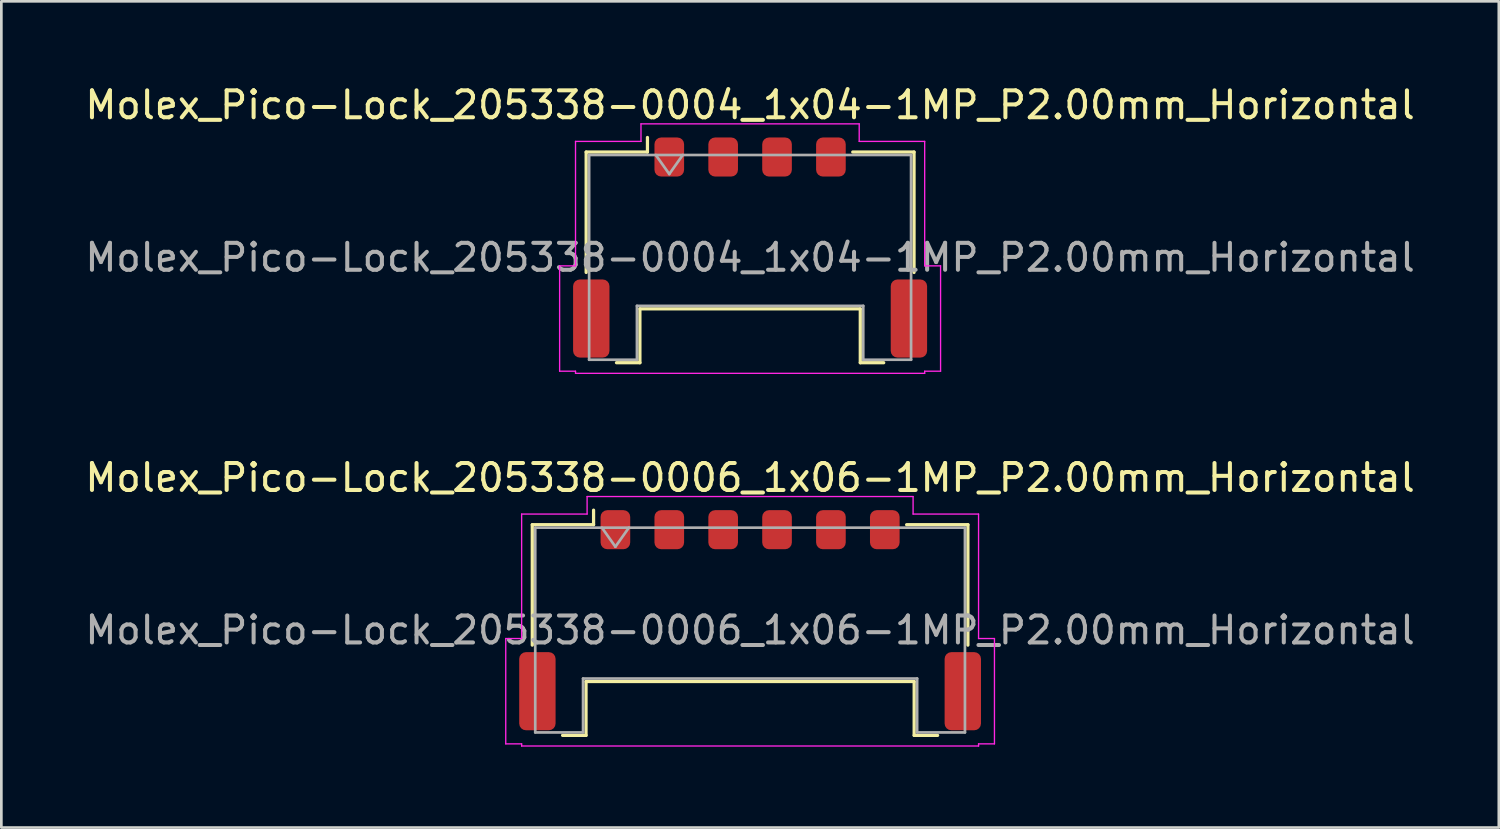
<source format=kicad_pcb>
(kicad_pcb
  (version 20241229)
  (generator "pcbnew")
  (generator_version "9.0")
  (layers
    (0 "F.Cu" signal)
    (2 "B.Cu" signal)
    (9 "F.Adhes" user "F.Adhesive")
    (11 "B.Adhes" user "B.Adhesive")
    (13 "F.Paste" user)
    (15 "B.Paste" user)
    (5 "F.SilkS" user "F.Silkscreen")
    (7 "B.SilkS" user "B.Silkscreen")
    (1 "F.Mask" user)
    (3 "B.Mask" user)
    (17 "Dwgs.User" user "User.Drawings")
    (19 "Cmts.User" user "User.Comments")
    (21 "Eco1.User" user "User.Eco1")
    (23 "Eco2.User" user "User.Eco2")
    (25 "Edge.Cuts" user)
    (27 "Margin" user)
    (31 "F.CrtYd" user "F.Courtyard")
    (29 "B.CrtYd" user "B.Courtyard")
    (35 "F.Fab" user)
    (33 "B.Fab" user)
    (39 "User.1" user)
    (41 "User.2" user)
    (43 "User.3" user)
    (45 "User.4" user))
  (footprint "Molex_Pico-Lock_205338-0006_1x06-1MP_P2.00mm_Horizontal"
    (layer "F.Cu")
    (at 24.792 19.971)
    (property "Reference" "Molex_Pico-Lock_205338-0006_1x06-1MP_P2.00mm_Horizontal" (at 0 -5.29 0) (layer "F.SilkS") (effects (font (size 1 1) (thickness 0.15))))
    (attr smd)
    (fp_line (start -8.085 -3.545) (end -5.81 -3.545) (stroke (width 0.12) (type solid)) (layer "F.SilkS"))
    (fp_line (start -8.085 0.925) (end -8.085 -3.545) (stroke (width 0.12) (type solid)) (layer "F.SilkS"))
    (fp_line (start -6.96 4.275) (end -6.09 4.275) (stroke (width 0.12) (type solid)) (layer "F.SilkS"))
    (fp_line (start -6.09 2.275) (end 6.09 2.275) (stroke (width 0.12) (type solid)) (layer "F.SilkS"))
    (fp_line (start -6.09 4.275) (end -6.09 2.275) (stroke (width 0.12) (type solid)) (layer "F.SilkS"))
    (fp_line (start -5.81 -3.545) (end -5.81 -4.085) (stroke (width 0.12) (type solid)) (layer "F.SilkS"))
    (fp_line (start 6.09 2.275) (end 6.09 4.275) (stroke (width 0.12) (type solid)) (layer "F.SilkS"))
    (fp_line (start 6.09 4.275) (end 6.96 4.275) (stroke (width 0.12) (type solid)) (layer "F.SilkS"))
    (fp_line (start 8.085 -3.545) (end 5.81 -3.545) (stroke (width 0.12) (type solid)) (layer "F.SilkS"))
    (fp_line (start 8.085 0.925) (end 8.085 -3.545) (stroke (width 0.12) (type solid)) (layer "F.SilkS"))
    (fp_line (start -9.07 0.68) (end -8.48 0.68) (stroke (width 0.05) (type solid)) (layer "F.CrtYd"))
    (fp_line (start -9.07 4.59) (end -9.07 0.68) (stroke (width 0.05) (type solid)) (layer "F.CrtYd"))
    (fp_line (start -8.48 -3.94) (end -6.05 -3.94) (stroke (width 0.05) (type solid)) (layer "F.CrtYd"))
    (fp_line (start -8.48 0.68) (end -8.48 -3.94) (stroke (width 0.05) (type solid)) (layer "F.CrtYd"))
    (fp_line (start -8.48 4.59) (end -9.07 4.59) (stroke (width 0.05) (type solid)) (layer "F.CrtYd"))
    (fp_line (start -8.48 4.67) (end -8.48 4.59) (stroke (width 0.05) (type solid)) (layer "F.CrtYd"))
    (fp_line (start -6.05 -4.59) (end 6.05 -4.59) (stroke (width 0.05) (type solid)) (layer "F.CrtYd"))
    (fp_line (start -6.05 -3.94) (end -6.05 -4.59) (stroke (width 0.05) (type solid)) (layer "F.CrtYd"))
    (fp_line (start 6.05 -4.59) (end 6.05 -3.94) (stroke (width 0.05) (type solid)) (layer "F.CrtYd"))
    (fp_line (start 6.05 -3.94) (end 8.48 -3.94) (stroke (width 0.05) (type solid)) (layer "F.CrtYd"))
    (fp_line (start 8.48 -3.94) (end 8.48 0.68) (stroke (width 0.05) (type solid)) (layer "F.CrtYd"))
    (fp_line (start 8.48 0.68) (end 9.07 0.68) (stroke (width 0.05) (type solid)) (layer "F.CrtYd"))
    (fp_line (start 8.48 4.59) (end 8.48 4.67) (stroke (width 0.05) (type solid)) (layer "F.CrtYd"))
    (fp_line (start 8.48 4.67) (end -8.48 4.67) (stroke (width 0.05) (type solid)) (layer "F.CrtYd"))
    (fp_line (start 9.07 0.68) (end 9.07 4.59) (stroke (width 0.05) (type solid)) (layer "F.CrtYd"))
    (fp_line (start 9.07 4.59) (end 8.48 4.59) (stroke (width 0.05) (type solid)) (layer "F.CrtYd"))
    (fp_line (start -7.975 -3.435) (end -7.975 4.165) (stroke (width 0.1) (type solid)) (layer "F.Fab"))
    (fp_line (start -7.975 -3.435) (end 7.975 -3.435) (stroke (width 0.1) (type solid)) (layer "F.Fab"))
    (fp_line (start -7.975 4.165) (end -6.2 4.165) (stroke (width 0.1) (type solid)) (layer "F.Fab"))
    (fp_line (start -6.2 2.165) (end 6.2 2.165) (stroke (width 0.1) (type solid)) (layer "F.Fab"))
    (fp_line (start -6.2 4.165) (end -6.2 2.165) (stroke (width 0.1) (type solid)) (layer "F.Fab"))
    (fp_line (start -5.5 -3.435) (end -5 -2.728) (stroke (width 0.1) (type solid)) (layer "F.Fab"))
    (fp_line (start -5 -2.728) (end -4.5 -3.435) (stroke (width 0.1) (type solid)) (layer "F.Fab"))
    (fp_line (start 6.2 2.165) (end 6.2 4.165) (stroke (width 0.1) (type solid)) (layer "F.Fab"))
    (fp_line (start 6.2 4.165) (end 7.975 4.165) (stroke (width 0.1) (type solid)) (layer "F.Fab"))
    (fp_line (start 7.975 -3.435) (end 7.975 4.165) (stroke (width 0.1) (type solid)) (layer "F.Fab"))
    (fp_text user "${REFERENCE}" (at 0 0.37 0) (layer "F.Fab") (effects (font (size 1 1) (thickness 0.15))))
    (pad "1" smd roundrect (at -5 -3.36) (size 1.1 1.45) (layers "F.Cu" "F.Mask" "F.Paste") (roundrect_rratio 0.227))
    (pad "2" smd roundrect (at -3 -3.36) (size 1.1 1.45) (layers "F.Cu" "F.Mask" "F.Paste") (roundrect_rratio 0.227))
    (pad "3" smd roundrect (at -1 -3.36) (size 1.1 1.45) (layers "F.Cu" "F.Mask" "F.Paste") (roundrect_rratio 0.227))
    (pad "4" smd roundrect (at 1 -3.36) (size 1.1 1.45) (layers "F.Cu" "F.Mask" "F.Paste") (roundrect_rratio 0.227))
    (pad "5" smd roundrect (at 3 -3.36) (size 1.1 1.45) (layers "F.Cu" "F.Mask" "F.Paste") (roundrect_rratio 0.227))
    (pad "6" smd roundrect (at 5 -3.36) (size 1.1 1.45) (layers "F.Cu" "F.Mask" "F.Paste") (roundrect_rratio 0.227))
    (pad "MP" smd roundrect (at -7.895 2.635) (size 1.35 2.9) (layers "F.Cu" "F.Mask" "F.Paste") (roundrect_rratio 0.185))
    (pad "MP" smd roundrect (at 7.895 2.635) (size 1.35 2.9) (layers "F.Cu" "F.Mask" "F.Paste") (roundrect_rratio 0.185)))
  (footprint "Molex_Pico-Lock_205338-0004_1x04-1MP_P2.00mm_Horizontal"
    (layer "F.Cu")
    (at 24.792 6.138)
    (property "Reference" "Molex_Pico-Lock_205338-0004_1x04-1MP_P2.00mm_Horizontal" (at 0 -5.29 0) (layer "F.SilkS") (effects (font (size 1 1) (thickness 0.15))))
    (attr smd)
    (fp_line (start -6.085 -3.545) (end -3.81 -3.545) (stroke (width 0.12) (type solid)) (layer "F.SilkS"))
    (fp_line (start -6.085 0.925) (end -6.085 -3.545) (stroke (width 0.12) (type solid)) (layer "F.SilkS"))
    (fp_line (start -4.96 4.275) (end -4.09 4.275) (stroke (width 0.12) (type solid)) (layer "F.SilkS"))
    (fp_line (start -4.09 2.275) (end 4.09 2.275) (stroke (width 0.12) (type solid)) (layer "F.SilkS"))
    (fp_line (start -4.09 4.275) (end -4.09 2.275) (stroke (width 0.12) (type solid)) (layer "F.SilkS"))
    (fp_line (start -3.81 -3.545) (end -3.81 -4.085) (stroke (width 0.12) (type solid)) (layer "F.SilkS"))
    (fp_line (start 4.09 2.275) (end 4.09 4.275) (stroke (width 0.12) (type solid)) (layer "F.SilkS"))
    (fp_line (start 4.09 4.275) (end 4.96 4.275) (stroke (width 0.12) (type solid)) (layer "F.SilkS"))
    (fp_line (start 6.085 -3.545) (end 3.81 -3.545) (stroke (width 0.12) (type solid)) (layer "F.SilkS"))
    (fp_line (start 6.085 0.925) (end 6.085 -3.545) (stroke (width 0.12) (type solid)) (layer "F.SilkS"))
    (fp_line (start -7.07 0.68) (end -6.48 0.68) (stroke (width 0.05) (type solid)) (layer "F.CrtYd"))
    (fp_line (start -7.07 4.59) (end -7.07 0.68) (stroke (width 0.05) (type solid)) (layer "F.CrtYd"))
    (fp_line (start -6.48 -3.94) (end -4.05 -3.94) (stroke (width 0.05) (type solid)) (layer "F.CrtYd"))
    (fp_line (start -6.48 0.68) (end -6.48 -3.94) (stroke (width 0.05) (type solid)) (layer "F.CrtYd"))
    (fp_line (start -6.48 4.59) (end -7.07 4.59) (stroke (width 0.05) (type solid)) (layer "F.CrtYd"))
    (fp_line (start -6.48 4.67) (end -6.48 4.59) (stroke (width 0.05) (type solid)) (layer "F.CrtYd"))
    (fp_line (start -4.05 -4.59) (end 4.05 -4.59) (stroke (width 0.05) (type solid)) (layer "F.CrtYd"))
    (fp_line (start -4.05 -3.94) (end -4.05 -4.59) (stroke (width 0.05) (type solid)) (layer "F.CrtYd"))
    (fp_line (start 4.05 -4.59) (end 4.05 -3.94) (stroke (width 0.05) (type solid)) (layer "F.CrtYd"))
    (fp_line (start 4.05 -3.94) (end 6.48 -3.94) (stroke (width 0.05) (type solid)) (layer "F.CrtYd"))
    (fp_line (start 6.48 -3.94) (end 6.48 0.68) (stroke (width 0.05) (type solid)) (layer "F.CrtYd"))
    (fp_line (start 6.48 0.68) (end 7.07 0.68) (stroke (width 0.05) (type solid)) (layer "F.CrtYd"))
    (fp_line (start 6.48 4.59) (end 6.48 4.67) (stroke (width 0.05) (type solid)) (layer "F.CrtYd"))
    (fp_line (start 6.48 4.67) (end -6.48 4.67) (stroke (width 0.05) (type solid)) (layer "F.CrtYd"))
    (fp_line (start 7.07 0.68) (end 7.07 4.59) (stroke (width 0.05) (type solid)) (layer "F.CrtYd"))
    (fp_line (start 7.07 4.59) (end 6.48 4.59) (stroke (width 0.05) (type solid)) (layer "F.CrtYd"))
    (fp_line (start -5.975 -3.435) (end -5.975 4.165) (stroke (width 0.1) (type solid)) (layer "F.Fab"))
    (fp_line (start -5.975 -3.435) (end 5.975 -3.435) (stroke (width 0.1) (type solid)) (layer "F.Fab"))
    (fp_line (start -5.975 4.165) (end -4.2 4.165) (stroke (width 0.1) (type solid)) (layer "F.Fab"))
    (fp_line (start -4.2 2.165) (end 4.2 2.165) (stroke (width 0.1) (type solid)) (layer "F.Fab"))
    (fp_line (start -4.2 4.165) (end -4.2 2.165) (stroke (width 0.1) (type solid)) (layer "F.Fab"))
    (fp_line (start -3.5 -3.435) (end -3 -2.728) (stroke (width 0.1) (type solid)) (layer "F.Fab"))
    (fp_line (start -3 -2.728) (end -2.5 -3.435) (stroke (width 0.1) (type solid)) (layer "F.Fab"))
    (fp_line (start 4.2 2.165) (end 4.2 4.165) (stroke (width 0.1) (type solid)) (layer "F.Fab"))
    (fp_line (start 4.2 4.165) (end 5.975 4.165) (stroke (width 0.1) (type solid)) (layer "F.Fab"))
    (fp_line (start 5.975 -3.435) (end 5.975 4.165) (stroke (width 0.1) (type solid)) (layer "F.Fab"))
    (fp_text user "${REFERENCE}" (at 0 0.37 0) (layer "F.Fab") (effects (font (size 1 1) (thickness 0.15))))
    (pad "1" smd roundrect (at -3 -3.36) (size 1.1 1.45) (layers "F.Cu" "F.Mask" "F.Paste") (roundrect_rratio 0.227))
    (pad "2" smd roundrect (at -1 -3.36) (size 1.1 1.45) (layers "F.Cu" "F.Mask" "F.Paste") (roundrect_rratio 0.227))
    (pad "3" smd roundrect (at 1 -3.36) (size 1.1 1.45) (layers "F.Cu" "F.Mask" "F.Paste") (roundrect_rratio 0.227))
    (pad "4" smd roundrect (at 3 -3.36) (size 1.1 1.45) (layers "F.Cu" "F.Mask" "F.Paste") (roundrect_rratio 0.227))
    (pad "MP" smd roundrect (at -5.895 2.635) (size 1.35 2.9) (layers "F.Cu" "F.Mask" "F.Paste") (roundrect_rratio 0.185))
    (pad "MP" smd roundrect (at 5.895 2.635) (size 1.35 2.9) (layers "F.Cu" "F.Mask" "F.Paste") (roundrect_rratio 0.185)))
  (gr_rect
    (start -3 -3)
    (end 52.583 27.666)
    (stroke (width 0.1) (type default))
    (fill no)
    (layer "Edge.Cuts")))
</source>
